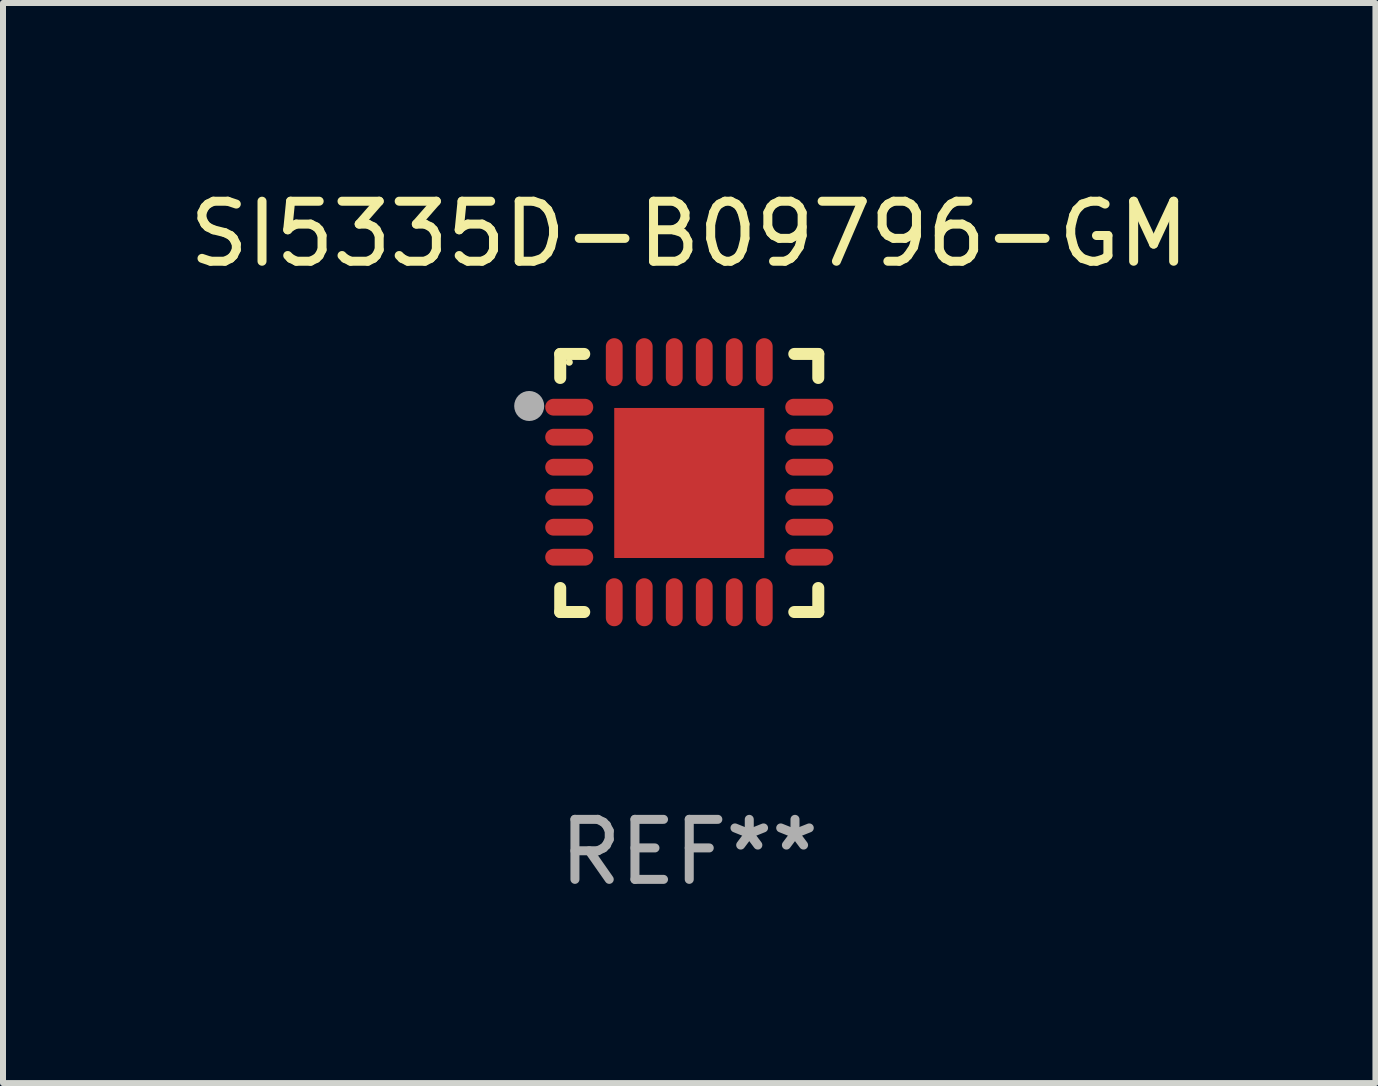
<source format=kicad_pcb>
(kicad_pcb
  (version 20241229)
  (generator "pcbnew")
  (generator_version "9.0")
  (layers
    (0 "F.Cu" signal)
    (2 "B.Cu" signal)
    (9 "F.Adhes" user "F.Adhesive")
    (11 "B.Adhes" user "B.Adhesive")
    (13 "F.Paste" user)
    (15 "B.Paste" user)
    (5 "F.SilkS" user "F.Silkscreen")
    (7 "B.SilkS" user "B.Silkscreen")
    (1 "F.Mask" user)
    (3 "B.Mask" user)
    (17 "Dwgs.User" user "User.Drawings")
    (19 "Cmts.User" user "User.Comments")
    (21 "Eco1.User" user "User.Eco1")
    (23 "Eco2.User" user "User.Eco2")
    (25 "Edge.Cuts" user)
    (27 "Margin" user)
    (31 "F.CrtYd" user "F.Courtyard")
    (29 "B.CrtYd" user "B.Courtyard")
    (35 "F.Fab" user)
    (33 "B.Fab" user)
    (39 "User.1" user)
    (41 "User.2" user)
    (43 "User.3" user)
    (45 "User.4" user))
  (footprint "SI5335D-B09796-GM"
    (layer "F.Cu")
    (at 8.435 4.998)
    (property "Reference" "SI5335D-B09796-GM" (at 0 -4.15 0) (layer "F.SilkS") (effects (font (size 1 1) (thickness 0.15))))
    (attr through_hole)
    (fp_line (start -2.15 -2.15) (end -1.75 -2.15) (stroke (width 0.2) (type solid)) (layer "F.SilkS"))
    (fp_line (start -2.15 -1.75) (end -2.15 -2.15) (stroke (width 0.2) (type solid)) (layer "F.SilkS"))
    (fp_line (start -2.15 2.15) (end -2.15 1.75) (stroke (width 0.2) (type solid)) (layer "F.SilkS"))
    (fp_line (start -1.75 2.15) (end -2.15 2.15) (stroke (width 0.2) (type solid)) (layer "F.SilkS"))
    (fp_line (start 1.75 -2.15) (end 2.15 -2.15) (stroke (width 0.2) (type solid)) (layer "F.SilkS"))
    (fp_line (start 1.75 2.15) (end 2.15 2.15) (stroke (width 0.2) (type solid)) (layer "F.SilkS"))
    (fp_line (start 2.15 -2.15) (end 2.15 -1.75) (stroke (width 0.2) (type solid)) (layer "F.SilkS"))
    (fp_line (start 2.15 2.15) (end 2.15 1.75) (stroke (width 0.2) (type solid)) (layer "F.SilkS"))
    (fp_circle (center -2 -2.013) (end -1.97 -2.013) (stroke (width 0.06) (type solid)) (fill no) (layer "F.SilkS"))
    (fp_circle (center -2.667 -1.283) (end -2.542 -1.283) (stroke (width 0.25) (type solid)) (fill no) (layer "F.Fab"))
    (fp_text user "REF**" (at 0 6.15 0) (layer "F.Fab") (effects (font (size 1 1) (thickness 0.15))))
    (pad "1" smd oval (at -2 -1.263) (size 0.8 0.28) (layers "F.Cu" "F.Mask" "F.Paste"))
    (pad "2" smd oval (at -2 -0.763) (size 0.8 0.28) (layers "F.Cu" "F.Mask" "F.Paste"))
    (pad "3" smd oval (at -2 -0.263) (size 0.8 0.28) (layers "F.Cu" "F.Mask" "F.Paste"))
    (pad "4" smd oval (at -2 0.237) (size 0.8 0.28) (layers "F.Cu" "F.Mask" "F.Paste"))
    (pad "5" smd oval (at -2 0.737) (size 0.8 0.28) (layers "F.Cu" "F.Mask" "F.Paste"))
    (pad "6" smd oval (at -2 1.237) (size 0.8 0.28) (layers "F.Cu" "F.Mask" "F.Paste"))
    (pad "7" smd oval (at -1.25 1.987) (size 0.28 0.8) (layers "F.Cu" "F.Mask" "F.Paste"))
    (pad "8" smd oval (at -0.75 1.987) (size 0.28 0.8) (layers "F.Cu" "F.Mask" "F.Paste"))
    (pad "9" smd oval (at -0.25 1.987) (size 0.28 0.8) (layers "F.Cu" "F.Mask" "F.Paste"))
    (pad "10" smd oval (at 0.25 1.987) (size 0.28 0.8) (layers "F.Cu" "F.Mask" "F.Paste"))
    (pad "11" smd oval (at 0.75 1.987) (size 0.28 0.8) (layers "F.Cu" "F.Mask" "F.Paste"))
    (pad "12" smd oval (at 1.25 1.987) (size 0.28 0.8) (layers "F.Cu" "F.Mask" "F.Paste"))
    (pad "13" smd oval (at 2 1.237) (size 0.8 0.28) (layers "F.Cu" "F.Mask" "F.Paste"))
    (pad "14" smd oval (at 2 0.737) (size 0.8 0.28) (layers "F.Cu" "F.Mask" "F.Paste"))
    (pad "15" smd oval (at 2 0.237) (size 0.8 0.28) (layers "F.Cu" "F.Mask" "F.Paste"))
    (pad "16" smd oval (at 2 -0.263) (size 0.8 0.28) (layers "F.Cu" "F.Mask" "F.Paste"))
    (pad "17" smd oval (at 2 -0.763) (size 0.8 0.28) (layers "F.Cu" "F.Mask" "F.Paste"))
    (pad "18" smd oval (at 2 -1.263) (size 0.8 0.28) (layers "F.Cu" "F.Mask" "F.Paste"))
    (pad "19" smd oval (at 1.25 -2.013) (size 0.28 0.8) (layers "F.Cu" "F.Mask" "F.Paste"))
    (pad "20" smd oval (at 0.75 -2.013) (size 0.28 0.8) (layers "F.Cu" "F.Mask" "F.Paste"))
    (pad "21" smd oval (at 0.25 -2.013) (size 0.28 0.8) (layers "F.Cu" "F.Mask" "F.Paste"))
    (pad "22" smd oval (at -0.25 -2.013) (size 0.28 0.8) (layers "F.Cu" "F.Mask" "F.Paste"))
    (pad "23" smd oval (at -0.75 -2.013) (size 0.28 0.8) (layers "F.Cu" "F.Mask" "F.Paste"))
    (pad "24" smd oval (at -1.25 -2.013) (size 0.28 0.8) (layers "F.Cu" "F.Mask" "F.Paste"))
    (pad "25" smd rect (at -0.000127 -0.00014) (size 2.5 2.5) (layers "F.Cu" "F.Mask" "F.Paste")))
  (gr_rect
    (start -3 -3)
    (end 19.869 14.997)
    (stroke (width 0.1) (type default))
    (fill no)
    (layer "Edge.Cuts")))
</source>
